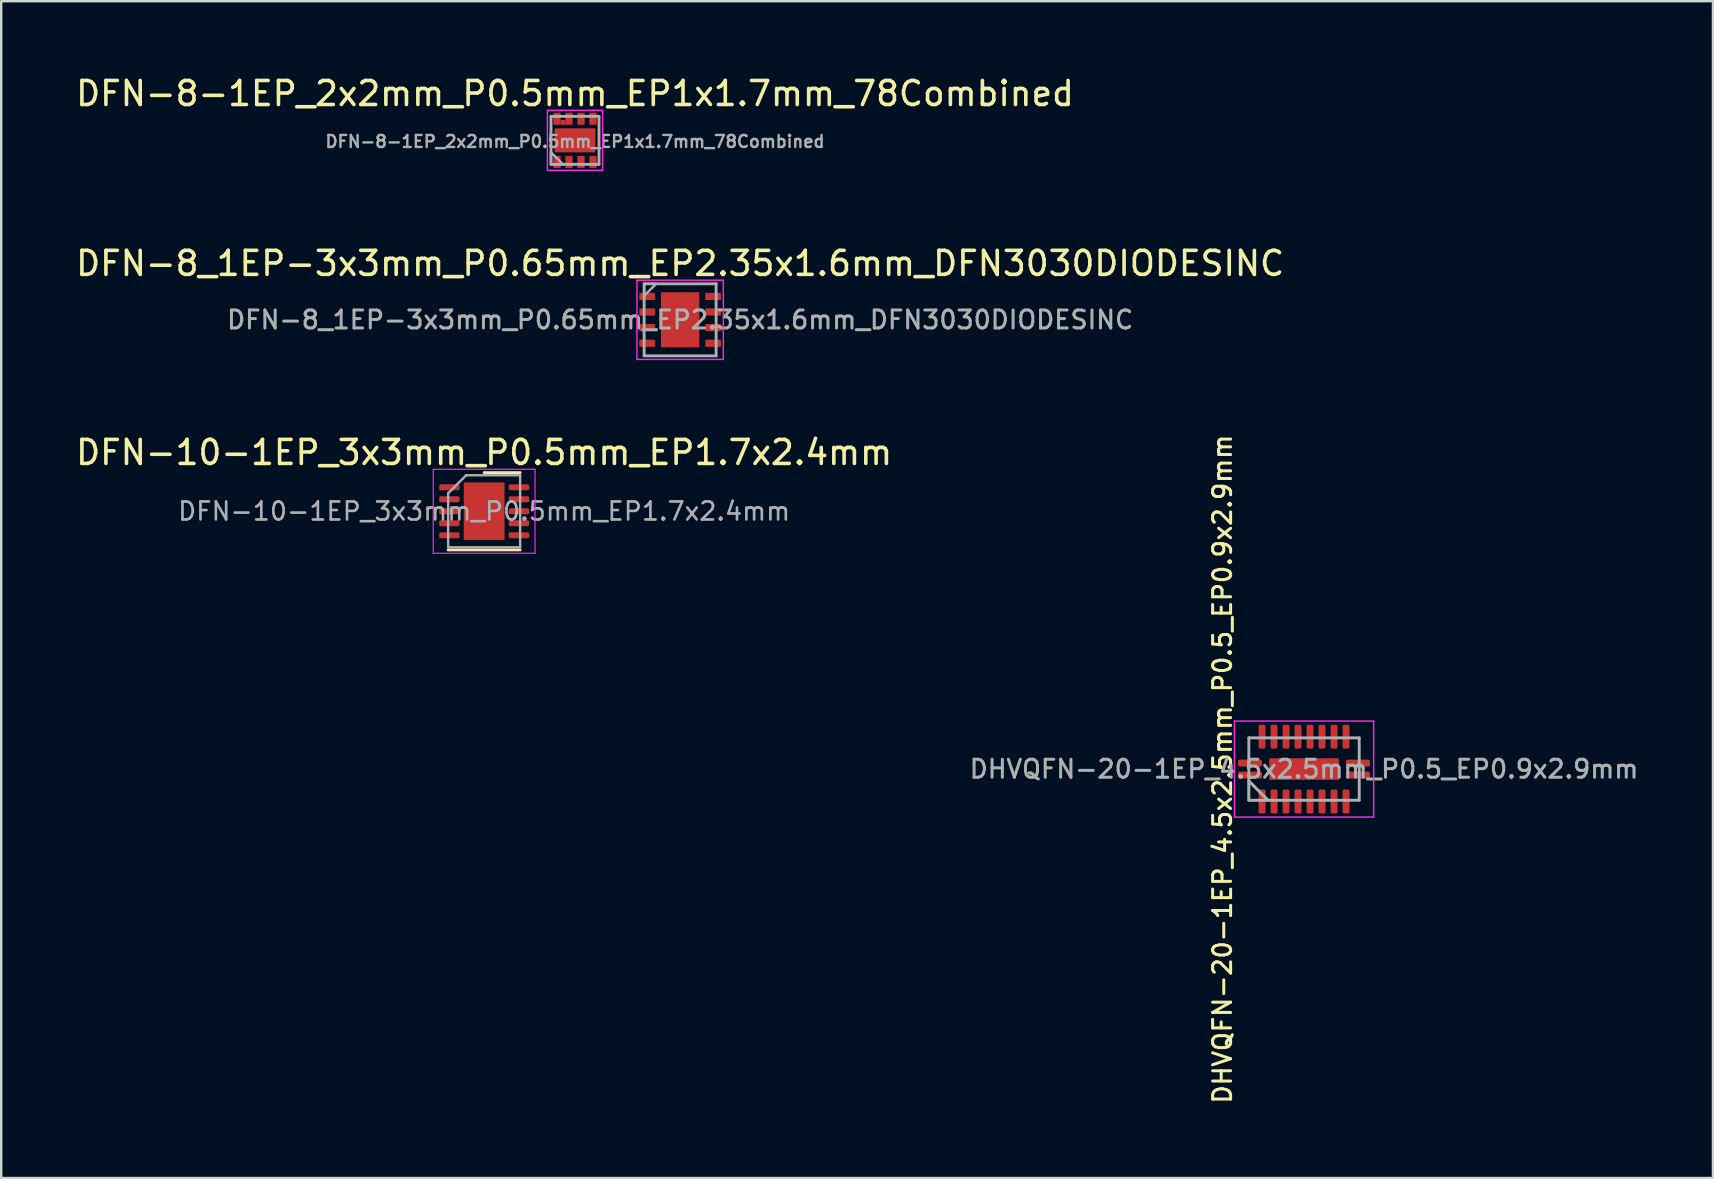
<source format=kicad_pcb>
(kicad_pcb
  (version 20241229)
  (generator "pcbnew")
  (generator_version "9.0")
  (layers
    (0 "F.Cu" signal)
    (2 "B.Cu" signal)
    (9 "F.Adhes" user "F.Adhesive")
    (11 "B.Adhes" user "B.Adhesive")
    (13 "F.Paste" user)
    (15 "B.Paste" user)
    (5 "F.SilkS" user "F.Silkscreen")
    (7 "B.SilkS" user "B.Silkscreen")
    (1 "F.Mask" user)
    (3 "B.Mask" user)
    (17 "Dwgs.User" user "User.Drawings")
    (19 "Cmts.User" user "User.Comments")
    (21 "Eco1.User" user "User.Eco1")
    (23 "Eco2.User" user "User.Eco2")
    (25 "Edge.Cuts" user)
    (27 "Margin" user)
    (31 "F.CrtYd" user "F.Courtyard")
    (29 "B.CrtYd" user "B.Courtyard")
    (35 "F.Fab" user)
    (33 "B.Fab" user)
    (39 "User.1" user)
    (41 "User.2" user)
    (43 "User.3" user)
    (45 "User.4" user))
  (footprint "DFN-8-1EP_2x2mm_P0.5mm_EP1x1.7mm_78Combined"
    (layer "F.Cu")
    (at 20.911 2.798)
    (property "Reference" "DFN-8-1EP_2x2mm_P0.5mm_EP1x1.7mm_78Combined" (at 0 -1.95 180) (layer "F.SilkS") (effects (font (size 1 1) (thickness 0.15))))
    (attr smd)
    (fp_poly (pts (xy -0.1 0.4) (xy -0.75 0.4) (xy -0.75 -0.4) (xy -0.1 -0.4)) (stroke (width 0) (type solid)) (fill yes) (layer "F.Paste"))
    (fp_poly (pts (xy 0.75 0.4) (xy 0.1 0.4) (xy 0.1 -0.4) (xy 0.75 -0.4)) (stroke (width 0) (type solid)) (fill yes) (layer "F.Paste"))
    (fp_line (start -1.15 -1.25) (end -1.15 1.25) (stroke (width 0.06) (type solid)) (layer "F.CrtYd"))
    (fp_line (start -1.15 1.25) (end 1.15 1.25) (stroke (width 0.06) (type solid)) (layer "F.CrtYd"))
    (fp_line (start 1.15 -1.25) (end -1.15 -1.25) (stroke (width 0.06) (type solid)) (layer "F.CrtYd"))
    (fp_line (start 1.15 1.25) (end 1.15 -1.25) (stroke (width 0.06) (type solid)) (layer "F.CrtYd"))
    (fp_line (start -1 -1) (end 1 -1) (stroke (width 0.12) (type solid)) (layer "F.Fab"))
    (fp_line (start -1 1) (end -1 -1) (stroke (width 0.12) (type solid)) (layer "F.Fab"))
    (fp_line (start 1 -1) (end 1 1) (stroke (width 0.12) (type solid)) (layer "F.Fab"))
    (fp_line (start 1 1) (end -1 1) (stroke (width 0.12) (type solid)) (layer "F.Fab"))
    (fp_poly (pts (xy -0.5 1) (xy -1 1) (xy -1 0.5)) (stroke (width 0.1) (type solid)) (fill no) (layer "F.Fab"))
    (fp_text user "${REFERENCE}" (at 0 0.05 0) (layer "F.Fab") (effects (font (size 0.5 0.5) (thickness 0.1))))
    (pad "1" smd rect (at -0.75 0.9) (size 0.3 0.5) (layers "F.Cu" "F.Mask" "F.Paste"))
    (pad "2" smd rect (at -0.25 0.9) (size 0.3 0.5) (layers "F.Cu" "F.Mask" "F.Paste"))
    (pad "3" smd rect (at 0.25 0.9) (size 0.3 0.5) (layers "F.Cu" "F.Mask" "F.Paste"))
    (pad "4" smd rect (at 0.75 0.9) (size 0.3 0.5) (layers "F.Cu" "F.Mask" "F.Paste"))
    (pad "5" smd rect (at 0.75 -0.9) (size 0.3 0.5) (layers "F.Cu" "F.Mask" "F.Paste"))
    (pad "6" smd rect (at 0.25 -0.9) (size 0.3 0.5) (layers "F.Cu" "F.Mask" "F.Paste"))
    (pad "7" smd rect (at -0.75 -0.9) (size 0.3 0.5) (layers "F.Cu" "F.Mask" "F.Paste"))
    (pad "7" smd rect (at -0.5 -0.75) (size 0.2 0.2) (layers "F.Cu" "F.Mask" "F.Paste"))
    (pad "7" smd rect (at -0.25 -0.9) (size 0.3 0.5) (layers "F.Cu" "F.Mask" "F.Paste"))
    (pad "8" smd rect (at 0 0) (size 1.7 1) (layers "F.Cu" "F.Mask")))
  (footprint "DHVQFN-20-1EP_4.5x2.5mm_P0.5_EP0.9x2.9mm"
    (layer "F.Cu")
    (at 51.291 28.998)
    (property "Reference" "DHVQFN-20-1EP_4.5x2.5mm_P0.5_EP0.9x2.9mm" (at -3.4 0 90) (layer "F.SilkS") (effects (font (size 0.75 0.75) (thickness 0.125))))
    (attr smd)
    (fp_poly (pts (xy -0.2 0.2) (xy -0.9 0.2) (xy -0.9 -0.2) (xy -0.2 -0.2)) (stroke (width 0.1) (type solid)) (fill yes) (layer "F.Paste"))
    (fp_poly (pts (xy 0.9 0.2) (xy 0.2 0.2) (xy 0.2 -0.2) (xy 0.9 -0.2)) (stroke (width 0.1) (type solid)) (fill yes) (layer "F.Paste"))
    (fp_line (start -2.9 -2) (end 2.9 -2) (stroke (width 0.06) (type solid)) (layer "F.CrtYd"))
    (fp_line (start -2.9 2) (end -2.9 -2) (stroke (width 0.06) (type solid)) (layer "F.CrtYd"))
    (fp_line (start 2.9 -2) (end 2.9 2) (stroke (width 0.06) (type solid)) (layer "F.CrtYd"))
    (fp_line (start 2.9 2) (end -2.9 2) (stroke (width 0.06) (type solid)) (layer "F.CrtYd"))
    (fp_line (start -2.3 -1.3) (end 2.3 -1.3) (stroke (width 0.12) (type solid)) (layer "F.Fab"))
    (fp_line (start -2.3 0.5) (end -1.5 1.3) (stroke (width 0.12) (type solid)) (layer "F.Fab"))
    (fp_line (start -2.3 1.3) (end -2.3 -1.3) (stroke (width 0.12) (type solid)) (layer "F.Fab"))
    (fp_line (start 2.3 -1.3) (end 2.3 1.3) (stroke (width 0.12) (type solid)) (layer "F.Fab"))
    (fp_line (start 2.3 1.3) (end -2.3 1.3) (stroke (width 0.12) (type solid)) (layer "F.Fab"))
    (fp_poly (pts (xy -1.5 1.3) (xy -2.3 1.3) (xy -2.3 0.5)) (stroke (width 0.1) (type solid)) (fill no) (layer "F.Fab"))
    (fp_text user "${REFERENCE}" (at 0 0 0) (layer "F.Fab") (effects (font (size 0.75 0.75) (thickness 0.125))))
    (pad "1" smd roundrect (at -2.25 0.25) (size 1 0.29) (layers "F.Cu" "F.Mask" "F.Paste") (roundrect_rratio 0.25))
    (pad "2" smd roundrect (at -1.75 1.35 90) (size 1 0.29) (layers "F.Cu" "F.Mask" "F.Paste") (roundrect_rratio 0.25))
    (pad "3" smd roundrect (at -1.25 1.35 90) (size 1 0.29) (layers "F.Cu" "F.Mask" "F.Paste") (roundrect_rratio 0.25))
    (pad "4" smd roundrect (at -0.75 1.35 90) (size 1 0.29) (layers "F.Cu" "F.Mask" "F.Paste") (roundrect_rratio 0.25))
    (pad "5" smd roundrect (at -0.25 1.35 90) (size 1 0.29) (layers "F.Cu" "F.Mask" "F.Paste") (roundrect_rratio 0.25))
    (pad "6" smd roundrect (at 0.25 1.35 90) (size 1 0.29) (layers "F.Cu" "F.Mask" "F.Paste") (roundrect_rratio 0.25))
    (pad "7" smd roundrect (at 0.75 1.35 90) (size 1 0.29) (layers "F.Cu" "F.Mask" "F.Paste") (roundrect_rratio 0.25))
    (pad "8" smd roundrect (at 1.25 1.35 90) (size 1 0.29) (layers "F.Cu" "F.Mask" "F.Paste") (roundrect_rratio 0.25))
    (pad "9" smd roundrect (at 1.75 1.35 90) (size 1 0.29) (layers "F.Cu" "F.Mask" "F.Paste") (roundrect_rratio 0.25))
    (pad "10" smd roundrect (at 2.25 0.25 180) (size 1 0.29) (layers "F.Cu" "F.Mask" "F.Paste") (roundrect_rratio 0.25))
    (pad "11" smd roundrect (at 2.25 -0.25 180) (size 1 0.29) (layers "F.Cu" "F.Mask" "F.Paste") (roundrect_rratio 0.25))
    (pad "12" smd roundrect (at 1.75 -1.35 270) (size 1 0.29) (layers "F.Cu" "F.Mask" "F.Paste") (roundrect_rratio 0.25))
    (pad "13" smd roundrect (at 1.25 -1.35 270) (size 1 0.29) (layers "F.Cu" "F.Mask" "F.Paste") (roundrect_rratio 0.25))
    (pad "14" smd roundrect (at 0.75 -1.35 270) (size 1 0.29) (layers "F.Cu" "F.Mask" "F.Paste") (roundrect_rratio 0.25))
    (pad "15" smd roundrect (at 0.25 -1.35 270) (size 1 0.29) (layers "F.Cu" "F.Mask" "F.Paste") (roundrect_rratio 0.25))
    (pad "16" smd roundrect (at -0.25 -1.35 270) (size 1 0.29) (layers "F.Cu" "F.Mask" "F.Paste") (roundrect_rratio 0.25))
    (pad "17" smd roundrect (at -0.75 -1.35 270) (size 1 0.29) (layers "F.Cu" "F.Mask" "F.Paste") (roundrect_rratio 0.25))
    (pad "18" smd roundrect (at -1.25 -1.35 270) (size 1 0.29) (layers "F.Cu" "F.Mask" "F.Paste") (roundrect_rratio 0.25))
    (pad "19" smd roundrect (at -1.75 -1.35 270) (size 1 0.29) (layers "F.Cu" "F.Mask" "F.Paste") (roundrect_rratio 0.25))
    (pad "20" smd roundrect (at -2.25 -0.25) (size 1 0.29) (layers "F.Cu" "F.Mask" "F.Paste") (roundrect_rratio 0.25))
    (pad "21" smd rect (at 0 0 90) (size 0.9 2.9) (layers "F.Cu" "F.Mask" "F.Paste")))
  (footprint "DFN-8_1EP-3x3mm_P0.65mm_EP2.35x1.6mm_DFN3030DIODESINC"
    (layer "F.Cu")
    (at 25.292 10.277)
    (property "Reference" "DFN-8_1EP-3x3mm_P0.65mm_EP2.35x1.6mm_DFN3030DIODESINC" (at 0 -2.35 0) (layer "F.SilkS") (effects (font (size 1 1) (thickness 0.15))))
    (attr smd)
    (fp_line (start -1.8 -1.65) (end -1.8 1.65) (stroke (width 0.06) (type solid)) (layer "F.CrtYd"))
    (fp_line (start -1.8 1.65) (end 1.8 1.65) (stroke (width 0.06) (type solid)) (layer "F.CrtYd"))
    (fp_line (start 1.8 -1.65) (end -1.8 -1.65) (stroke (width 0.06) (type solid)) (layer "F.CrtYd"))
    (fp_line (start 1.8 1.65) (end 1.8 -1.65) (stroke (width 0.06) (type solid)) (layer "F.CrtYd"))
    (fp_line (start -1.5 -1.5) (end 1.5 -1.5) (stroke (width 0.12) (type solid)) (layer "F.Fab"))
    (fp_line (start -1.5 1.5) (end -1.5 -1.5) (stroke (width 0.12) (type solid)) (layer "F.Fab"))
    (fp_line (start 1.5 -1.5) (end 1.5 1.5) (stroke (width 0.12) (type solid)) (layer "F.Fab"))
    (fp_line (start 1.5 1.5) (end -1.5 1.5) (stroke (width 0.12) (type solid)) (layer "F.Fab"))
    (fp_poly (pts (xy -1.5 -1) (xy -1.5 -1.5) (xy -1 -1.5)) (stroke (width 0.1) (type solid)) (fill no) (layer "F.Fab"))
    (fp_text user "${REFERENCE}" (at 0 0 0) (layer "F.Fab") (effects (font (size 0.75 0.75) (thickness 0.125))))
    (pad "1" smd rect (at -1.375 -0.975) (size 0.65 0.3) (layers "F.Cu" "F.Mask" "F.Paste"))
    (pad "2" smd rect (at -1.375 -0.325) (size 0.65 0.3) (layers "F.Cu" "F.Mask" "F.Paste"))
    (pad "3" smd rect (at -1.375 0.325) (size 0.65 0.3) (layers "F.Cu" "F.Mask" "F.Paste"))
    (pad "4" smd rect (at -1.375 0.975) (size 0.65 0.3) (layers "F.Cu" "F.Mask" "F.Paste"))
    (pad "5" smd rect (at 1.375 0.975) (size 0.65 0.3) (layers "F.Cu" "F.Mask" "F.Paste"))
    (pad "6" smd rect (at 1.375 0.325) (size 0.65 0.3) (layers "F.Cu" "F.Mask" "F.Paste"))
    (pad "7" smd rect (at 1.375 -0.325) (size 0.65 0.3) (layers "F.Cu" "F.Mask" "F.Paste"))
    (pad "8" smd rect (at 1.375 -0.975) (size 0.65 0.3) (layers "F.Cu" "F.Mask" "F.Paste"))
    (pad "9" smd rect (at 0 0) (size 1.6 2.3) (layers "F.Cu" "F.Mask" "F.Paste")))
  (footprint "DFN-10-1EP_3x3mm_P0.5mm_EP1.7x2.4mm"
    (layer "F.Cu")
    (at 17.125 18.255)
    (property "Reference" "DFN-10-1EP_3x3mm_P0.5mm_EP1.7x2.4mm" (at 0 -2.45 0) (layer "F.SilkS") (effects (font (size 1 1) (thickness 0.15))))
    (attr smd)
    (fp_line (start -1.5 1.61) (end 1.5 1.61) (stroke (width 0.12) (type solid)) (layer "F.SilkS"))
    (fp_line (start 0 -1.61) (end 1.5 -1.61) (stroke (width 0.12) (type solid)) (layer "F.SilkS"))
    (fp_line (start -2.12 -1.75) (end -2.12 1.75) (stroke (width 0.05) (type solid)) (layer "F.CrtYd"))
    (fp_line (start -2.12 1.75) (end 2.12 1.75) (stroke (width 0.05) (type solid)) (layer "F.CrtYd"))
    (fp_line (start 2.12 -1.75) (end -2.12 -1.75) (stroke (width 0.05) (type solid)) (layer "F.CrtYd"))
    (fp_line (start 2.12 1.75) (end 2.12 -1.75) (stroke (width 0.05) (type solid)) (layer "F.CrtYd"))
    (fp_line (start -1.5 -0.75) (end -0.75 -1.5) (stroke (width 0.1) (type solid)) (layer "F.Fab"))
    (fp_line (start -1.5 1.5) (end -1.5 -0.75) (stroke (width 0.1) (type solid)) (layer "F.Fab"))
    (fp_line (start -0.75 -1.5) (end 1.5 -1.5) (stroke (width 0.1) (type solid)) (layer "F.Fab"))
    (fp_line (start 1.5 -1.5) (end 1.5 1.5) (stroke (width 0.1) (type solid)) (layer "F.Fab"))
    (fp_line (start 1.5 1.5) (end -1.5 1.5) (stroke (width 0.1) (type solid)) (layer "F.Fab"))
    (fp_text user "${REFERENCE}" (at 0 0 0) (layer "F.Fab") (effects (font (size 0.75 0.75) (thickness 0.11))))
    (pad "" smd roundrect (at -0.41 -0.595) (size 0.67 0.96) (layers "F.Paste") (roundrect_rratio 0.25))
    (pad "" smd roundrect (at -0.41 0.595) (size 0.67 0.96) (layers "F.Paste") (roundrect_rratio 0.25))
    (pad "" smd roundrect (at 0.41 -0.595) (size 0.67 0.96) (layers "F.Paste") (roundrect_rratio 0.25))
    (pad "" smd roundrect (at 0.41 0.595) (size 0.67 0.96) (layers "F.Paste") (roundrect_rratio 0.25))
    (pad "1" smd roundrect (at -1.45 -1) (size 0.85 0.25) (layers "F.Cu" "F.Mask" "F.Paste") (roundrect_rratio 0.25))
    (pad "2" smd roundrect (at -1.45 -0.5) (size 0.85 0.25) (layers "F.Cu" "F.Mask" "F.Paste") (roundrect_rratio 0.25))
    (pad "3" smd roundrect (at -1.45 0) (size 0.85 0.25) (layers "F.Cu" "F.Mask" "F.Paste") (roundrect_rratio 0.25))
    (pad "4" smd roundrect (at -1.45 0.5) (size 0.85 0.25) (layers "F.Cu" "F.Mask" "F.Paste") (roundrect_rratio 0.25))
    (pad "5" smd roundrect (at -1.45 1) (size 0.85 0.25) (layers "F.Cu" "F.Mask" "F.Paste") (roundrect_rratio 0.25))
    (pad "6" smd roundrect (at 1.45 1) (size 0.85 0.25) (layers "F.Cu" "F.Mask" "F.Paste") (roundrect_rratio 0.25))
    (pad "7" smd roundrect (at 1.45 0.5) (size 0.85 0.25) (layers "F.Cu" "F.Mask" "F.Paste") (roundrect_rratio 0.25))
    (pad "8" smd roundrect (at 1.45 0) (size 0.85 0.25) (layers "F.Cu" "F.Mask" "F.Paste") (roundrect_rratio 0.25))
    (pad "9" smd roundrect (at 1.45 -0.5) (size 0.85 0.25) (layers "F.Cu" "F.Mask" "F.Paste") (roundrect_rratio 0.25))
    (pad "10" smd roundrect (at 1.45 -1) (size 0.85 0.25) (layers "F.Cu" "F.Mask" "F.Paste") (roundrect_rratio 0.25))
    (pad "11" smd rect (at 0 0) (size 1.7 2.4) (layers "F.Cu" "F.Mask")))
  (gr_rect
    (start -3 -3)
    (end 68.332 46.039)
    (stroke (width 0.1) (type default))
    (fill no)
    (layer "Edge.Cuts")))
</source>
